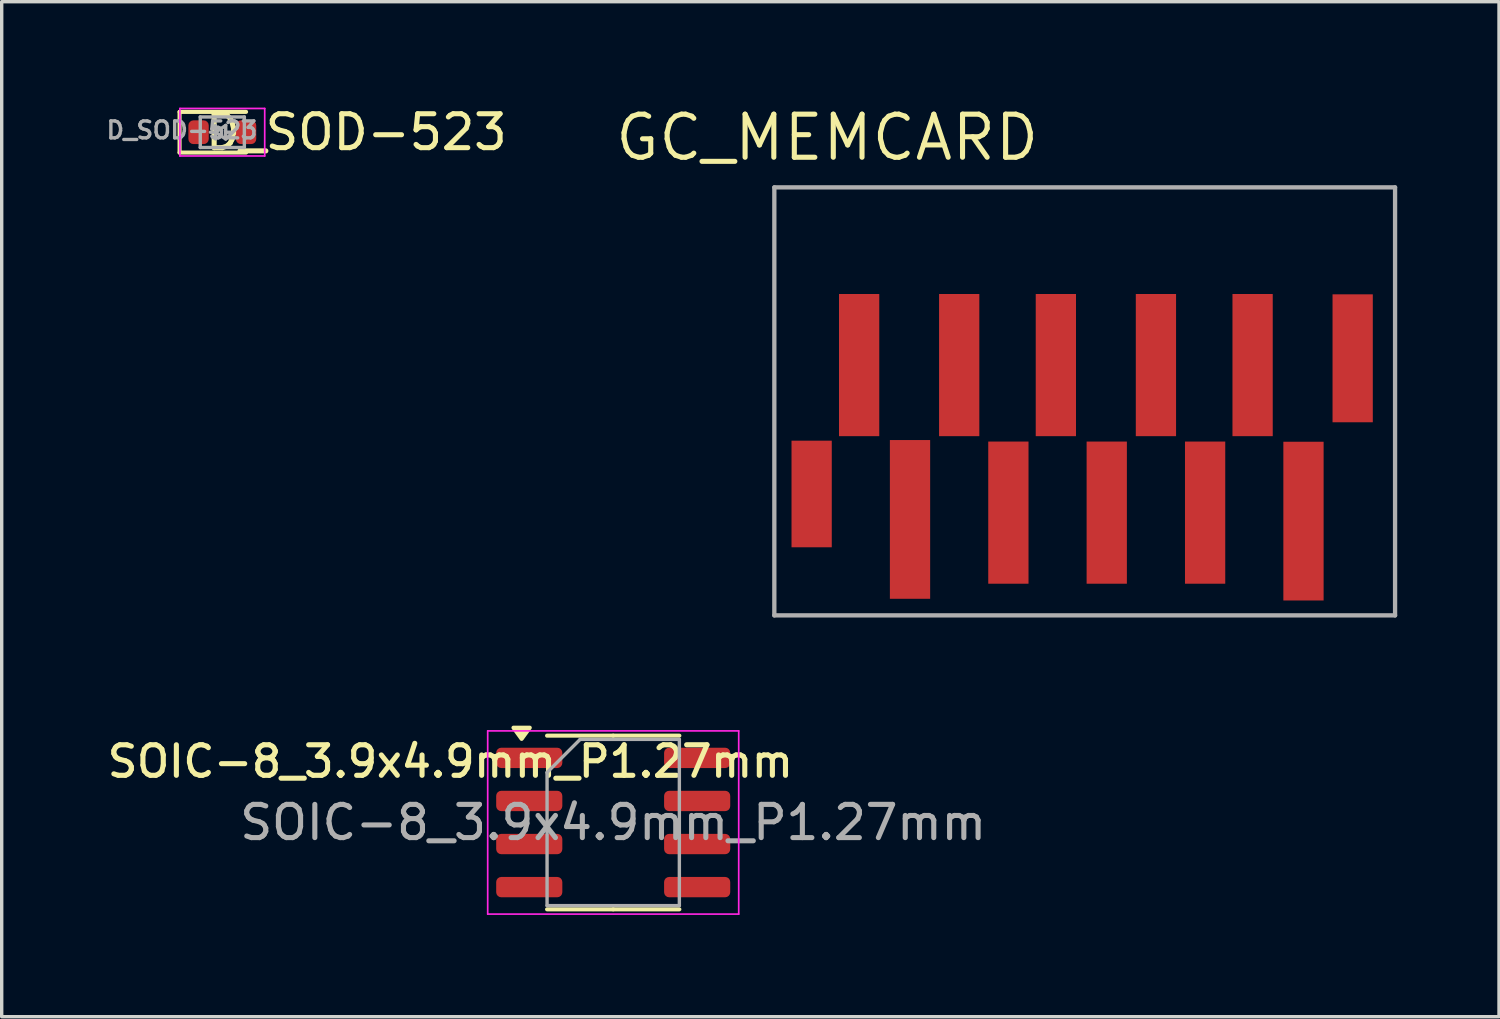
<source format=kicad_pcb>
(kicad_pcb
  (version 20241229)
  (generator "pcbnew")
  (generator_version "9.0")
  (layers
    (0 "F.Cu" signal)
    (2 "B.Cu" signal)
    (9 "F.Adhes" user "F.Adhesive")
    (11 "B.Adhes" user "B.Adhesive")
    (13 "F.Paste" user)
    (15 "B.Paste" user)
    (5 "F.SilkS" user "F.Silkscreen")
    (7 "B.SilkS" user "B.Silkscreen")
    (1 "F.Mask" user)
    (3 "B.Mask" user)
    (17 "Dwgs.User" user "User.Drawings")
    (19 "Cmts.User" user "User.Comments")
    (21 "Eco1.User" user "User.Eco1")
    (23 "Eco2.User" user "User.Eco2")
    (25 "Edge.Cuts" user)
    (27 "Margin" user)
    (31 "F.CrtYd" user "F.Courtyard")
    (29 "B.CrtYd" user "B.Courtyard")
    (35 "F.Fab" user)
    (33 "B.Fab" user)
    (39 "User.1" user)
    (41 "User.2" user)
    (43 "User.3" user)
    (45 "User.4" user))
  (footprint "D_SOD-523"
    (layer "F.Cu")
    (at 3.504 0.848)
    (property "Reference" "D_SOD-523" (at 3.95 0 0) (layer "F.SilkS") (effects (font (size 1 1) (thickness 0.15))))
    (attr smd)
    (fp_line (start -1.26 -0.6) (end -1.26 0.6) (stroke (width 0.12) (type solid)) (layer "F.SilkS"))
    (fp_line (start 0.7 -0.6) (end -1.26 -0.6) (stroke (width 0.12) (type solid)) (layer "F.SilkS"))
    (fp_line (start 0.7 0.6) (end -1.26 0.6) (stroke (width 0.12) (type solid)) (layer "F.SilkS"))
    (fp_line (start -1.25 -0.7) (end 1.25 -0.7) (stroke (width 0.05) (type solid)) (layer "F.CrtYd"))
    (fp_line (start -1.25 0.7) (end -1.25 -0.7) (stroke (width 0.05) (type solid)) (layer "F.CrtYd"))
    (fp_line (start 1.25 -0.7) (end 1.25 0.7) (stroke (width 0.05) (type solid)) (layer "F.CrtYd"))
    (fp_line (start 1.25 0.7) (end -1.25 0.7) (stroke (width 0.05) (type solid)) (layer "F.CrtYd"))
    (fp_line (start -0.65 -0.45) (end 0.65 -0.45) (stroke (width 0.1) (type solid)) (layer "F.Fab"))
    (fp_line (start -0.65 0.45) (end -0.65 -0.45) (stroke (width 0.1) (type solid)) (layer "F.Fab"))
    (fp_line (start -0.2 0) (end -0.35 0) (stroke (width 0.1) (type solid)) (layer "F.Fab"))
    (fp_line (start -0.2 0) (end 0.1 0.2) (stroke (width 0.1) (type solid)) (layer "F.Fab"))
    (fp_line (start -0.2 0.2) (end -0.2 -0.2) (stroke (width 0.1) (type solid)) (layer "F.Fab"))
    (fp_line (start 0.1 -0.2) (end -0.2 0) (stroke (width 0.1) (type solid)) (layer "F.Fab"))
    (fp_line (start 0.1 0) (end 0.25 0) (stroke (width 0.1) (type solid)) (layer "F.Fab"))
    (fp_line (start 0.1 0.2) (end 0.1 -0.2) (stroke (width 0.1) (type solid)) (layer "F.Fab"))
    (fp_line (start 0.65 -0.45) (end 0.65 0.45) (stroke (width 0.1) (type solid)) (layer "F.Fab"))
    (fp_line (start 0.65 0.45) (end -0.65 0.45) (stroke (width 0.1) (type solid)) (layer "F.Fab"))
    (fp_text user "${REFERENCE}" (at -1.19 -0.06 0) (layer "F.Fab") (effects (font (size 0.5 0.5) (thickness 0.1) (bold yes))))
    (pad "1" smd roundrect (at -0.7 0 180) (size 0.6 0.7) (layers "F.Cu" "F.Mask" "F.Paste") (roundrect_rratio 0.25))
    (pad "2" smd roundrect (at 0.7 0 180) (size 0.6 0.7) (layers "F.Cu" "F.Mask" "F.Paste") (roundrect_rratio 0.25)))
  (footprint "SOIC-8_3.9x4.9mm_P1.27mm"
    (layer "F.Cu")
    (at 15.028 21.198)
    (property "Reference" "SOIC-8_3.9x4.9mm_P1.27mm" (at -4.8 -1.8 0) (layer "F.SilkS") (effects (font (size 0.9 0.9) (thickness 0.15))))
    (attr smd)
    (fp_line (start 0 -2.56) (end -1.95 -2.56) (stroke (width 0.12) (type solid)) (layer "F.SilkS"))
    (fp_line (start 0 -2.56) (end 1.95 -2.56) (stroke (width 0.12) (type solid)) (layer "F.SilkS"))
    (fp_line (start 0 2.56) (end -1.95 2.56) (stroke (width 0.12) (type solid)) (layer "F.SilkS"))
    (fp_line (start 0 2.56) (end 1.95 2.56) (stroke (width 0.12) (type solid)) (layer "F.SilkS"))
    (fp_poly (pts (xy -2.7 -2.465) (xy -2.94 -2.795) (xy -2.46 -2.795) (xy -2.7 -2.465)) (stroke (width 0.12) (type solid)) (fill yes) (layer "F.SilkS"))
    (fp_line (start -3.7 -2.7) (end -3.7 2.7) (stroke (width 0.05) (type solid)) (layer "F.CrtYd"))
    (fp_line (start -3.7 2.7) (end 3.7 2.7) (stroke (width 0.05) (type solid)) (layer "F.CrtYd"))
    (fp_line (start 3.7 -2.7) (end -3.7 -2.7) (stroke (width 0.05) (type solid)) (layer "F.CrtYd"))
    (fp_line (start 3.7 2.7) (end 3.7 -2.7) (stroke (width 0.05) (type solid)) (layer "F.CrtYd"))
    (fp_line (start -1.95 -1.475) (end -0.975 -2.45) (stroke (width 0.1) (type solid)) (layer "F.Fab"))
    (fp_line (start -1.95 2.45) (end -1.95 -1.475) (stroke (width 0.1) (type solid)) (layer "F.Fab"))
    (fp_line (start -0.975 -2.45) (end 1.95 -2.45) (stroke (width 0.1) (type solid)) (layer "F.Fab"))
    (fp_line (start 1.95 -2.45) (end 1.95 2.45) (stroke (width 0.1) (type solid)) (layer "F.Fab"))
    (fp_line (start 1.95 2.45) (end -1.95 2.45) (stroke (width 0.1) (type solid)) (layer "F.Fab"))
    (fp_text user "${REFERENCE}" (at 0 0 0) (layer "F.Fab") (effects (font (size 0.98 0.98) (thickness 0.15))))
    (pad "1" smd roundrect (at -2.475 -1.905) (size 1.95 0.6) (layers "F.Cu" "F.Mask" "F.Paste") (roundrect_rratio 0.25))
    (pad "2" smd roundrect (at -2.475 -0.635) (size 1.95 0.6) (layers "F.Cu" "F.Mask" "F.Paste") (roundrect_rratio 0.25))
    (pad "3" smd roundrect (at -2.475 0.635) (size 1.95 0.6) (layers "F.Cu" "F.Mask" "F.Paste") (roundrect_rratio 0.25))
    (pad "4" smd roundrect (at -2.475 1.905) (size 1.95 0.6) (layers "F.Cu" "F.Mask" "F.Paste") (roundrect_rratio 0.25))
    (pad "5" smd roundrect (at 2.475 1.905) (size 1.95 0.6) (layers "F.Cu" "F.Mask" "F.Paste") (roundrect_rratio 0.25))
    (pad "6" smd roundrect (at 2.475 0.635) (size 1.95 0.6) (layers "F.Cu" "F.Mask" "F.Paste") (roundrect_rratio 0.25))
    (pad "7" smd roundrect (at 2.475 -0.635) (size 1.95 0.6) (layers "F.Cu" "F.Mask" "F.Paste") (roundrect_rratio 0.25))
    (pad "8" smd roundrect (at 2.475 -1.905) (size 1.95 0.6) (layers "F.Cu" "F.Mask" "F.Paste") (roundrect_rratio 0.25)))
  (footprint "GC_MEMCARD"
    (layer "F.Cu")
    (at 19.778 15.093)
    (property "Reference" "GC_MEMCARD" (at 1.557 -14.087 0) (layer "F.SilkS") (effects (font (size 1.27 1.27) (thickness 0.15))))
    (fp_line (start 0 -12.619) (end 18.3 -12.619) (stroke (width 0.127) (type solid)) (layer "F.Fab"))
    (fp_line (start 0 -0.001) (end 0 -12.619) (stroke (width 0.127) (type solid)) (layer "F.Fab"))
    (fp_line (start 0 -0.001) (end 18.3 -0.001) (stroke (width 0.127) (type solid)) (layer "F.Fab"))
    (fp_line (start 18.3 -0.001) (end 18.3 -12.619) (stroke (width 0.127) (type solid)) (layer "F.Fab"))
    (pad "1" smd rect (at 17.05 -7.58) (size 1.187 3.772) (layers "F.Cu" "F.Mask"))
    (pad "2" smd rect (at 15.6 -2.78) (size 1.187 4.68) (layers "F.Cu" "F.Mask"))
    (pad "3" smd rect (at 14.1 -7.38) (size 1.187 4.191) (layers "F.Cu" "F.Mask"))
    (pad "4" smd rect (at 12.7 -3.03) (size 1.187 4.191) (layers "F.Cu" "F.Mask"))
    (pad "5" smd rect (at 11.25 -7.38) (size 1.187 4.191) (layers "F.Cu" "F.Mask"))
    (pad "6" smd rect (at 9.8 -3.03) (size 1.187 4.191) (layers "F.Cu" "F.Mask"))
    (pad "7" smd rect (at 8.3 -7.38) (size 1.187 4.191) (layers "F.Cu" "F.Mask"))
    (pad "8" smd rect (at 6.9 -3.03) (size 1.187 4.191) (layers "F.Cu" "F.Mask"))
    (pad "9" smd rect (at 5.45 -7.38) (size 1.187 4.191) (layers "F.Cu" "F.Mask"))
    (pad "10" smd rect (at 4 -2.83) (size 1.187 4.68) (layers "F.Cu" "F.Mask"))
    (pad "11" smd rect (at 2.5 -7.38) (size 1.187 4.191) (layers "F.Cu" "F.Mask"))
    (pad "12" smd rect (at 1.1 -3.58) (size 1.187 3.143) (layers "F.Cu" "F.Mask")))
  (gr_rect
    (start -3 -3)
    (end 41.142 26.923)
    (stroke (width 0.1) (type default))
    (fill no)
    (layer "Edge.Cuts")))
</source>
